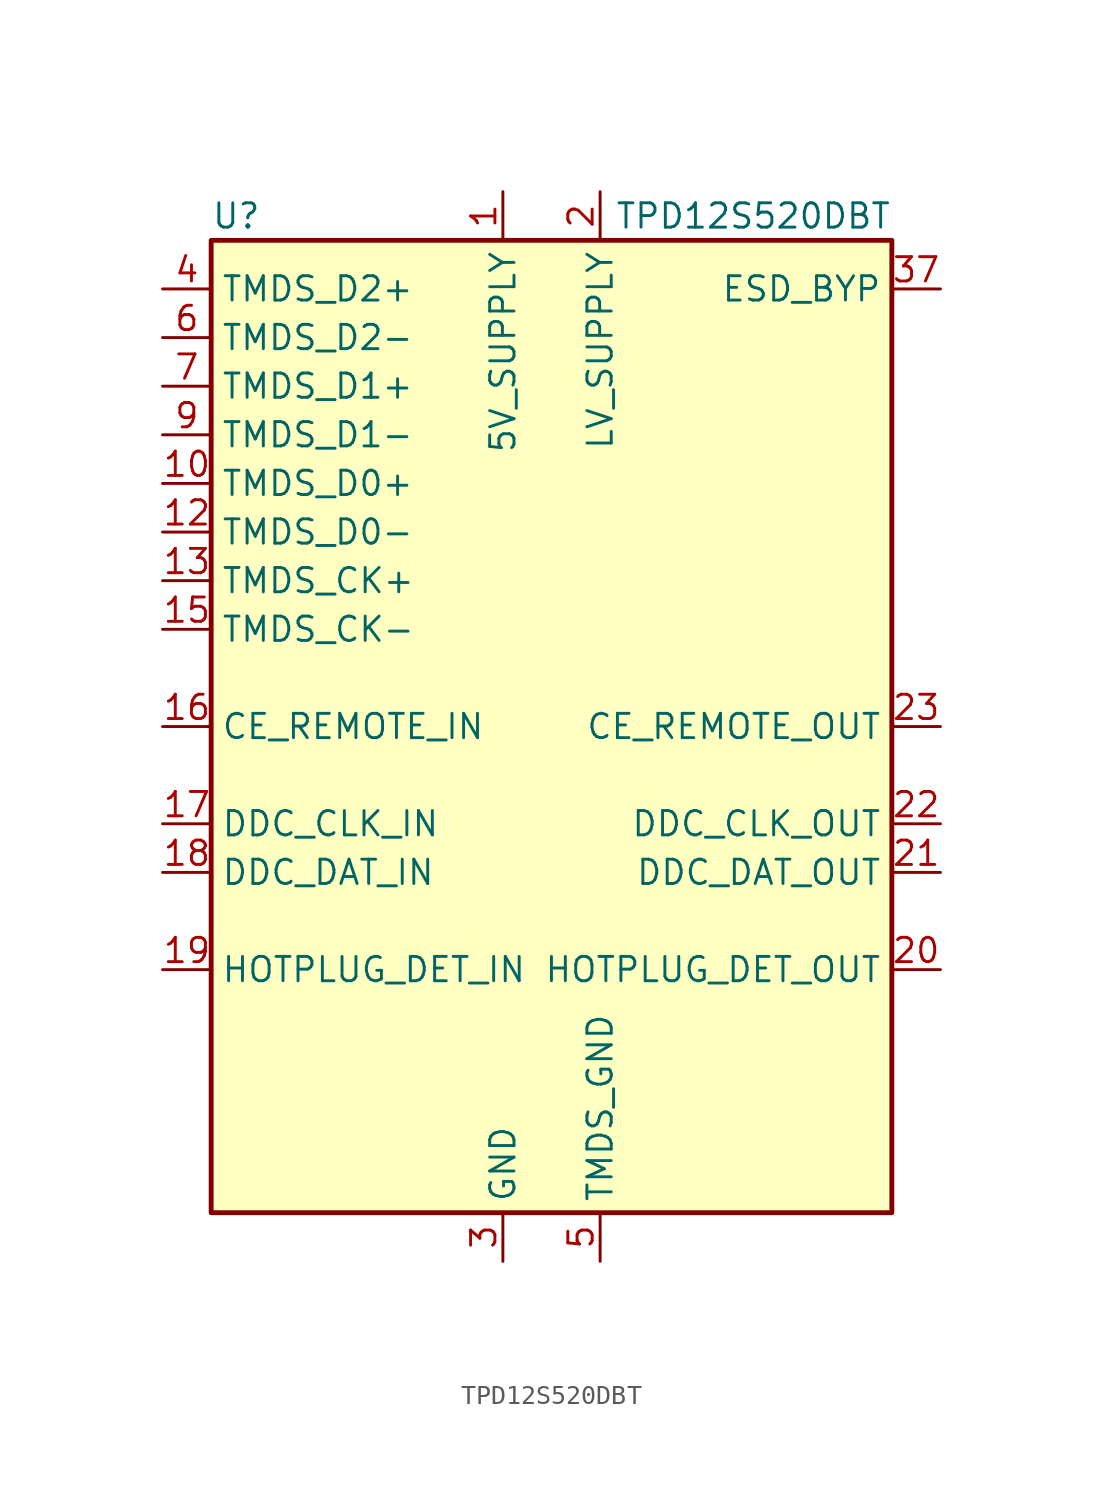
<source format=kicad_sym>
(kicad_symbol_lib
  (version 20231120)
  (generator "kicad_symbol_editor")
  (generator_version "8.0")
  (symbol "TPD12S520DBT"
    (property "Reference" "U"
      (at -17.78 26.67 0)
      (effects (font (size 1.27 1.27)) (justify left)))
    (property "Value" "TPD12S520DBT"
      (at 17.78 26.67 0)
      (effects (font (size 1.27 1.27)) (justify right)))
    (symbol "TPD12S520DBT_0_1"
      (rectangle (start -17.78 25.4) (end 17.78 -25.4) (stroke (width 0.254) (type default)) (fill (type background))))
    (symbol "TPD12S520DBT_1_1"
      (pin power_in line (at -2.54 27.94 270) (length 2.54) (name "5V_SUPPLY" (effects (font (size 1.27 1.27)))) (number "1" (effects (font (size 1.27 1.27)))))
      (pin passive line (at -20.32 12.7 0) (length 2.54) (name "TMDS_D0+" (effects (font (size 1.27 1.27)))) (number "10" (effects (font (size 1.27 1.27)))))
      (pin passive line (at 2.54 -27.94 90) (length 2.54) hide (name "TMDS_GND" (effects (font (size 1.27 1.27)))) (number "11" (effects (font (size 1.27 1.27)))))
      (pin passive line (at -20.32 10.16 0) (length 2.54) (name "TMDS_D0-" (effects (font (size 1.27 1.27)))) (number "12" (effects (font (size 1.27 1.27)))))
      (pin passive line (at -20.32 7.62 0) (length 2.54) (name "TMDS_CK+" (effects (font (size 1.27 1.27)))) (number "13" (effects (font (size 1.27 1.27)))))
      (pin passive line (at 2.54 -27.94 90) (length 2.54) hide (name "TMDS_GND" (effects (font (size 1.27 1.27)))) (number "14" (effects (font (size 1.27 1.27)))))
      (pin passive line (at -20.32 5.08 0) (length 2.54) (name "TMDS_CK-" (effects (font (size 1.27 1.27)))) (number "15" (effects (font (size 1.27 1.27)))))
      (pin bidirectional line (at -20.32 0 0) (length 2.54) (name "CE_REMOTE_IN" (effects (font (size 1.27 1.27)))) (number "16" (effects (font (size 1.27 1.27)))))
      (pin bidirectional line (at -20.32 -5.08 0) (length 2.54) (name "DDC_CLK_IN" (effects (font (size 1.27 1.27)))) (number "17" (effects (font (size 1.27 1.27)))))
      (pin bidirectional line (at -20.32 -7.62 0) (length 2.54) (name "DDC_DAT_IN" (effects (font (size 1.27 1.27)))) (number "18" (effects (font (size 1.27 1.27)))))
      (pin bidirectional line (at -20.32 -12.7 0) (length 2.54) (name "HOTPLUG_DET_IN" (effects (font (size 1.27 1.27)))) (number "19" (effects (font (size 1.27 1.27)))))
      (pin power_in line (at 2.54 27.94 270) (length 2.54) (name "LV_SUPPLY" (effects (font (size 1.27 1.27)))) (number "2" (effects (font (size 1.27 1.27)))))
      (pin bidirectional line (at 20.32 -12.7 180) (length 2.54) (name "HOTPLUG_DET_OUT" (effects (font (size 1.27 1.27)))) (number "20" (effects (font (size 1.27 1.27)))))
      (pin bidirectional line (at 20.32 -7.62 180) (length 2.54) (name "DDC_DAT_OUT" (effects (font (size 1.27 1.27)))) (number "21" (effects (font (size 1.27 1.27)))))
      (pin bidirectional line (at 20.32 -5.08 180) (length 2.54) (name "DDC_CLK_OUT" (effects (font (size 1.27 1.27)))) (number "22" (effects (font (size 1.27 1.27)))))
      (pin bidirectional line (at 20.32 0 180) (length 2.54) (name "CE_REMOTE_OUT" (effects (font (size 1.27 1.27)))) (number "23" (effects (font (size 1.27 1.27)))))
      (pin passive line (at -20.32 5.08 0) (length 2.54) hide (name "TMDS_CK-" (effects (font (size 1.27 1.27)))) (number "24" (effects (font (size 1.27 1.27)))))
      (pin passive line (at 2.54 -27.94 90) (length 2.54) hide (name "TMDS_GND" (effects (font (size 1.27 1.27)))) (number "25" (effects (font (size 1.27 1.27)))))
      (pin passive line (at -20.32 7.62 0) (length 2.54) hide (name "TMDS_CK+" (effects (font (size 1.27 1.27)))) (number "26" (effects (font (size 1.27 1.27)))))
      (pin passive line (at -20.32 10.16 0) (length 2.54) hide (name "TMDS_D0-" (effects (font (size 1.27 1.27)))) (number "27" (effects (font (size 1.27 1.27)))))
      (pin passive line (at 2.54 -27.94 90) (length 2.54) hide (name "TMDS_GND" (effects (font (size 1.27 1.27)))) (number "28" (effects (font (size 1.27 1.27)))))
      (pin passive line (at -20.32 12.7 0) (length 2.54) hide (name "TMDS_D0+" (effects (font (size 1.27 1.27)))) (number "29" (effects (font (size 1.27 1.27)))))
      (pin power_in line (at -2.54 -27.94 90) (length 2.54) (name "GND" (effects (font (size 1.27 1.27)))) (number "3" (effects (font (size 1.27 1.27)))))
      (pin passive line (at -20.32 15.24 0) (length 2.54) hide (name "TMDS_D1-" (effects (font (size 1.27 1.27)))) (number "30" (effects (font (size 1.27 1.27)))))
      (pin passive line (at 2.54 -27.94 90) (length 2.54) hide (name "TMDS_GND" (effects (font (size 1.27 1.27)))) (number "31" (effects (font (size 1.27 1.27)))))
      (pin passive line (at -20.32 17.78 0) (length 2.54) hide (name "TMDS_D1+" (effects (font (size 1.27 1.27)))) (number "32" (effects (font (size 1.27 1.27)))))
      (pin passive line (at -20.32 20.32 0) (length 2.54) hide (name "TMDS_D2-" (effects (font (size 1.27 1.27)))) (number "33" (effects (font (size 1.27 1.27)))))
      (pin passive line (at 2.54 -27.94 90) (length 2.54) hide (name "TMDS_GND" (effects (font (size 1.27 1.27)))) (number "34" (effects (font (size 1.27 1.27)))))
      (pin passive line (at -20.32 22.86 0) (length 2.54) hide (name "TMDS_D2+" (effects (font (size 1.27 1.27)))) (number "35" (effects (font (size 1.27 1.27)))))
      (pin passive line (at -2.54 -27.94 90) (length 2.54) hide (name "GND" (effects (font (size 1.27 1.27)))) (number "36" (effects (font (size 1.27 1.27)))))
      (pin passive line (at 20.32 22.86 180) (length 2.54) (name "ESD_BYP" (effects (font (size 1.27 1.27)))) (number "37" (effects (font (size 1.27 1.27)))))
      (pin no_connect line (at 17.78 20.32 180) (length 2.54) hide (name "NC" (effects (font (size 1.27 1.27)))) (number "38" (effects (font (size 1.27 1.27)))))
      (pin passive line (at -20.32 22.86 0) (length 2.54) (name "TMDS_D2+" (effects (font (size 1.27 1.27)))) (number "4" (effects (font (size 1.27 1.27)))))
      (pin passive line (at 2.54 -27.94 90) (length 2.54) (name "TMDS_GND" (effects (font (size 1.27 1.27)))) (number "5" (effects (font (size 1.27 1.27)))))
      (pin passive line (at -20.32 20.32 0) (length 2.54) (name "TMDS_D2-" (effects (font (size 1.27 1.27)))) (number "6" (effects (font (size 1.27 1.27)))))
      (pin passive line (at -20.32 17.78 0) (length 2.54) (name "TMDS_D1+" (effects (font (size 1.27 1.27)))) (number "7" (effects (font (size 1.27 1.27)))))
      (pin passive line (at 2.54 -27.94 90) (length 2.54) hide (name "TMDS_GND" (effects (font (size 1.27 1.27)))) (number "8" (effects (font (size 1.27 1.27)))))
      (pin passive line (at -20.32 15.24 0) (length 2.54) (name "TMDS_D1-" (effects (font (size 1.27 1.27)))) (number "9" (effects (font (size 1.27 1.27))))))))
</source>
